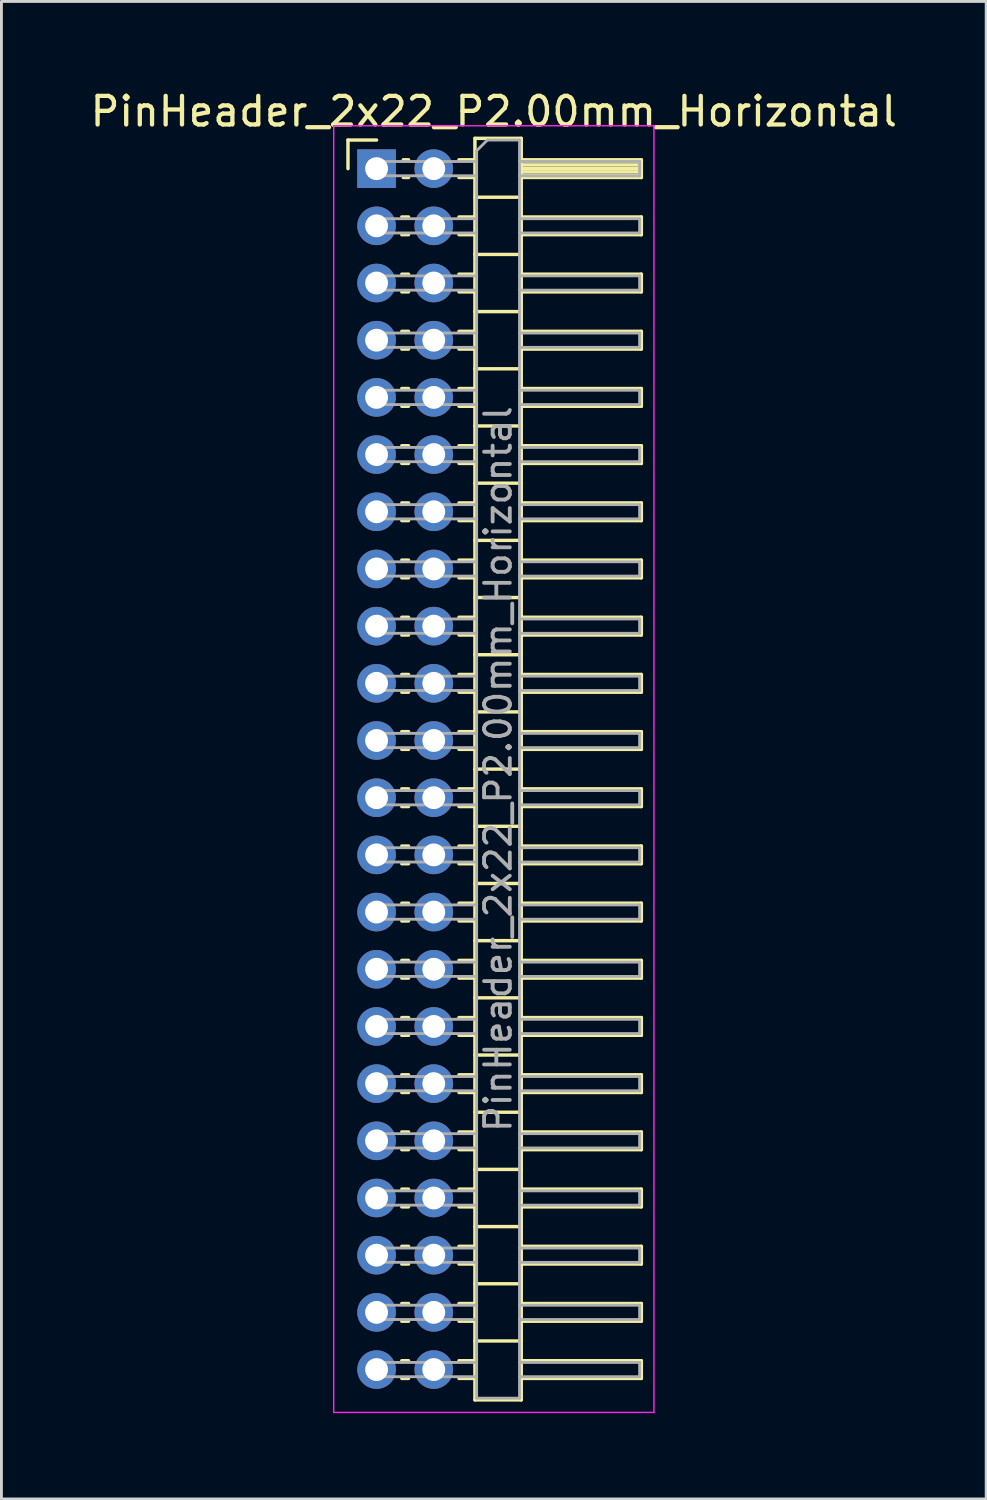
<source format=kicad_pcb>
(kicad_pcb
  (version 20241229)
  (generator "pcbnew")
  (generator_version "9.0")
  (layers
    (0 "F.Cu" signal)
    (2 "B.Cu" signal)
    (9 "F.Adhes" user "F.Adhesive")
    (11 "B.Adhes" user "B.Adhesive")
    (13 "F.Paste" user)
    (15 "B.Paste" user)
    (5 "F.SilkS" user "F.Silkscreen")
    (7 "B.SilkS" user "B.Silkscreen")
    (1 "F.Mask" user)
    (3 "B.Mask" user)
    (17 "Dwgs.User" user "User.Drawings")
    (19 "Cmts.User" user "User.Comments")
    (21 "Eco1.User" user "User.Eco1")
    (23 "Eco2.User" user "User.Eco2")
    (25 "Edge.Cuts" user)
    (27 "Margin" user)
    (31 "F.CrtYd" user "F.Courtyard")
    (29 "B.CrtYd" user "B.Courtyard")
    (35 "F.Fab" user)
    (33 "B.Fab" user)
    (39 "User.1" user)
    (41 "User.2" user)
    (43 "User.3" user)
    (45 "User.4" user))
  (footprint "PinHeader_2x22_P2.00mm_Horizontal"
    (layer "F.Cu")
    (at 10.12 2.848)
    (property "Reference" "PinHeader_2x22_P2.00mm_Horizontal" (at 4.1 -2 0) (layer "F.SilkS") (effects (font (size 1 1) (thickness 0.15))))
    (attr through_hole)
    (fp_line (start -1 -1) (end 0 -1) (stroke (width 0.12) (type solid)) (layer "F.SilkS"))
    (fp_line (start -1 0) (end -1 -1) (stroke (width 0.12) (type solid)) (layer "F.SilkS"))
    (fp_line (start 0.882 1.69) (end 1.118 1.69) (stroke (width 0.12) (type solid)) (layer "F.SilkS"))
    (fp_line (start 0.882 2.31) (end 1.118 2.31) (stroke (width 0.12) (type solid)) (layer "F.SilkS"))
    (fp_line (start 0.882 3.69) (end 1.118 3.69) (stroke (width 0.12) (type solid)) (layer "F.SilkS"))
    (fp_line (start 0.882 4.31) (end 1.118 4.31) (stroke (width 0.12) (type solid)) (layer "F.SilkS"))
    (fp_line (start 0.882 5.69) (end 1.118 5.69) (stroke (width 0.12) (type solid)) (layer "F.SilkS"))
    (fp_line (start 0.882 6.31) (end 1.118 6.31) (stroke (width 0.12) (type solid)) (layer "F.SilkS"))
    (fp_line (start 0.882 7.69) (end 1.118 7.69) (stroke (width 0.12) (type solid)) (layer "F.SilkS"))
    (fp_line (start 0.882 8.31) (end 1.118 8.31) (stroke (width 0.12) (type solid)) (layer "F.SilkS"))
    (fp_line (start 0.882 9.69) (end 1.118 9.69) (stroke (width 0.12) (type solid)) (layer "F.SilkS"))
    (fp_line (start 0.882 10.31) (end 1.118 10.31) (stroke (width 0.12) (type solid)) (layer "F.SilkS"))
    (fp_line (start 0.882 11.69) (end 1.118 11.69) (stroke (width 0.12) (type solid)) (layer "F.SilkS"))
    (fp_line (start 0.882 12.31) (end 1.118 12.31) (stroke (width 0.12) (type solid)) (layer "F.SilkS"))
    (fp_line (start 0.882 13.69) (end 1.118 13.69) (stroke (width 0.12) (type solid)) (layer "F.SilkS"))
    (fp_line (start 0.882 14.31) (end 1.118 14.31) (stroke (width 0.12) (type solid)) (layer "F.SilkS"))
    (fp_line (start 0.882 15.69) (end 1.118 15.69) (stroke (width 0.12) (type solid)) (layer "F.SilkS"))
    (fp_line (start 0.882 16.31) (end 1.118 16.31) (stroke (width 0.12) (type solid)) (layer "F.SilkS"))
    (fp_line (start 0.882 17.69) (end 1.118 17.69) (stroke (width 0.12) (type solid)) (layer "F.SilkS"))
    (fp_line (start 0.882 18.31) (end 1.118 18.31) (stroke (width 0.12) (type solid)) (layer "F.SilkS"))
    (fp_line (start 0.882 19.69) (end 1.118 19.69) (stroke (width 0.12) (type solid)) (layer "F.SilkS"))
    (fp_line (start 0.882 20.31) (end 1.118 20.31) (stroke (width 0.12) (type solid)) (layer "F.SilkS"))
    (fp_line (start 0.882 21.69) (end 1.118 21.69) (stroke (width 0.12) (type solid)) (layer "F.SilkS"))
    (fp_line (start 0.882 22.31) (end 1.118 22.31) (stroke (width 0.12) (type solid)) (layer "F.SilkS"))
    (fp_line (start 0.882 23.69) (end 1.118 23.69) (stroke (width 0.12) (type solid)) (layer "F.SilkS"))
    (fp_line (start 0.882 24.31) (end 1.118 24.31) (stroke (width 0.12) (type solid)) (layer "F.SilkS"))
    (fp_line (start 0.882 25.69) (end 1.118 25.69) (stroke (width 0.12) (type solid)) (layer "F.SilkS"))
    (fp_line (start 0.882 26.31) (end 1.118 26.31) (stroke (width 0.12) (type solid)) (layer "F.SilkS"))
    (fp_line (start 0.882 27.69) (end 1.118 27.69) (stroke (width 0.12) (type solid)) (layer "F.SilkS"))
    (fp_line (start 0.882 28.31) (end 1.118 28.31) (stroke (width 0.12) (type solid)) (layer "F.SilkS"))
    (fp_line (start 0.882 29.69) (end 1.118 29.69) (stroke (width 0.12) (type solid)) (layer "F.SilkS"))
    (fp_line (start 0.882 30.31) (end 1.118 30.31) (stroke (width 0.12) (type solid)) (layer "F.SilkS"))
    (fp_line (start 0.882 31.69) (end 1.118 31.69) (stroke (width 0.12) (type solid)) (layer "F.SilkS"))
    (fp_line (start 0.882 32.31) (end 1.118 32.31) (stroke (width 0.12) (type solid)) (layer "F.SilkS"))
    (fp_line (start 0.882 33.69) (end 1.118 33.69) (stroke (width 0.12) (type solid)) (layer "F.SilkS"))
    (fp_line (start 0.882 34.31) (end 1.118 34.31) (stroke (width 0.12) (type solid)) (layer "F.SilkS"))
    (fp_line (start 0.882 35.69) (end 1.118 35.69) (stroke (width 0.12) (type solid)) (layer "F.SilkS"))
    (fp_line (start 0.882 36.31) (end 1.118 36.31) (stroke (width 0.12) (type solid)) (layer "F.SilkS"))
    (fp_line (start 0.882 37.69) (end 1.118 37.69) (stroke (width 0.12) (type solid)) (layer "F.SilkS"))
    (fp_line (start 0.882 38.31) (end 1.118 38.31) (stroke (width 0.12) (type solid)) (layer "F.SilkS"))
    (fp_line (start 0.882 39.69) (end 1.118 39.69) (stroke (width 0.12) (type solid)) (layer "F.SilkS"))
    (fp_line (start 0.882 40.31) (end 1.118 40.31) (stroke (width 0.12) (type solid)) (layer "F.SilkS"))
    (fp_line (start 0.882 41.69) (end 1.118 41.69) (stroke (width 0.12) (type solid)) (layer "F.SilkS"))
    (fp_line (start 0.882 42.31) (end 1.118 42.31) (stroke (width 0.12) (type solid)) (layer "F.SilkS"))
    (fp_line (start 0.935 -0.31) (end 1.118 -0.31) (stroke (width 0.12) (type solid)) (layer "F.SilkS"))
    (fp_line (start 0.935 0.31) (end 1.118 0.31) (stroke (width 0.12) (type solid)) (layer "F.SilkS"))
    (fp_line (start 2.882 -0.31) (end 3.44 -0.31) (stroke (width 0.12) (type solid)) (layer "F.SilkS"))
    (fp_line (start 2.882 0.31) (end 3.44 0.31) (stroke (width 0.12) (type solid)) (layer "F.SilkS"))
    (fp_line (start 2.882 1.69) (end 3.44 1.69) (stroke (width 0.12) (type solid)) (layer "F.SilkS"))
    (fp_line (start 2.882 2.31) (end 3.44 2.31) (stroke (width 0.12) (type solid)) (layer "F.SilkS"))
    (fp_line (start 2.882 3.69) (end 3.44 3.69) (stroke (width 0.12) (type solid)) (layer "F.SilkS"))
    (fp_line (start 2.882 4.31) (end 3.44 4.31) (stroke (width 0.12) (type solid)) (layer "F.SilkS"))
    (fp_line (start 2.882 5.69) (end 3.44 5.69) (stroke (width 0.12) (type solid)) (layer "F.SilkS"))
    (fp_line (start 2.882 6.31) (end 3.44 6.31) (stroke (width 0.12) (type solid)) (layer "F.SilkS"))
    (fp_line (start 2.882 7.69) (end 3.44 7.69) (stroke (width 0.12) (type solid)) (layer "F.SilkS"))
    (fp_line (start 2.882 8.31) (end 3.44 8.31) (stroke (width 0.12) (type solid)) (layer "F.SilkS"))
    (fp_line (start 2.882 9.69) (end 3.44 9.69) (stroke (width 0.12) (type solid)) (layer "F.SilkS"))
    (fp_line (start 2.882 10.31) (end 3.44 10.31) (stroke (width 0.12) (type solid)) (layer "F.SilkS"))
    (fp_line (start 2.882 11.69) (end 3.44 11.69) (stroke (width 0.12) (type solid)) (layer "F.SilkS"))
    (fp_line (start 2.882 12.31) (end 3.44 12.31) (stroke (width 0.12) (type solid)) (layer "F.SilkS"))
    (fp_line (start 2.882 13.69) (end 3.44 13.69) (stroke (width 0.12) (type solid)) (layer "F.SilkS"))
    (fp_line (start 2.882 14.31) (end 3.44 14.31) (stroke (width 0.12) (type solid)) (layer "F.SilkS"))
    (fp_line (start 2.882 15.69) (end 3.44 15.69) (stroke (width 0.12) (type solid)) (layer "F.SilkS"))
    (fp_line (start 2.882 16.31) (end 3.44 16.31) (stroke (width 0.12) (type solid)) (layer "F.SilkS"))
    (fp_line (start 2.882 17.69) (end 3.44 17.69) (stroke (width 0.12) (type solid)) (layer "F.SilkS"))
    (fp_line (start 2.882 18.31) (end 3.44 18.31) (stroke (width 0.12) (type solid)) (layer "F.SilkS"))
    (fp_line (start 2.882 19.69) (end 3.44 19.69) (stroke (width 0.12) (type solid)) (layer "F.SilkS"))
    (fp_line (start 2.882 20.31) (end 3.44 20.31) (stroke (width 0.12) (type solid)) (layer "F.SilkS"))
    (fp_line (start 2.882 21.69) (end 3.44 21.69) (stroke (width 0.12) (type solid)) (layer "F.SilkS"))
    (fp_line (start 2.882 22.31) (end 3.44 22.31) (stroke (width 0.12) (type solid)) (layer "F.SilkS"))
    (fp_line (start 2.882 23.69) (end 3.44 23.69) (stroke (width 0.12) (type solid)) (layer "F.SilkS"))
    (fp_line (start 2.882 24.31) (end 3.44 24.31) (stroke (width 0.12) (type solid)) (layer "F.SilkS"))
    (fp_line (start 2.882 25.69) (end 3.44 25.69) (stroke (width 0.12) (type solid)) (layer "F.SilkS"))
    (fp_line (start 2.882 26.31) (end 3.44 26.31) (stroke (width 0.12) (type solid)) (layer "F.SilkS"))
    (fp_line (start 2.882 27.69) (end 3.44 27.69) (stroke (width 0.12) (type solid)) (layer "F.SilkS"))
    (fp_line (start 2.882 28.31) (end 3.44 28.31) (stroke (width 0.12) (type solid)) (layer "F.SilkS"))
    (fp_line (start 2.882 29.69) (end 3.44 29.69) (stroke (width 0.12) (type solid)) (layer "F.SilkS"))
    (fp_line (start 2.882 30.31) (end 3.44 30.31) (stroke (width 0.12) (type solid)) (layer "F.SilkS"))
    (fp_line (start 2.882 31.69) (end 3.44 31.69) (stroke (width 0.12) (type solid)) (layer "F.SilkS"))
    (fp_line (start 2.882 32.31) (end 3.44 32.31) (stroke (width 0.12) (type solid)) (layer "F.SilkS"))
    (fp_line (start 2.882 33.69) (end 3.44 33.69) (stroke (width 0.12) (type solid)) (layer "F.SilkS"))
    (fp_line (start 2.882 34.31) (end 3.44 34.31) (stroke (width 0.12) (type solid)) (layer "F.SilkS"))
    (fp_line (start 2.882 35.69) (end 3.44 35.69) (stroke (width 0.12) (type solid)) (layer "F.SilkS"))
    (fp_line (start 2.882 36.31) (end 3.44 36.31) (stroke (width 0.12) (type solid)) (layer "F.SilkS"))
    (fp_line (start 2.882 37.69) (end 3.44 37.69) (stroke (width 0.12) (type solid)) (layer "F.SilkS"))
    (fp_line (start 2.882 38.31) (end 3.44 38.31) (stroke (width 0.12) (type solid)) (layer "F.SilkS"))
    (fp_line (start 2.882 39.69) (end 3.44 39.69) (stroke (width 0.12) (type solid)) (layer "F.SilkS"))
    (fp_line (start 2.882 40.31) (end 3.44 40.31) (stroke (width 0.12) (type solid)) (layer "F.SilkS"))
    (fp_line (start 2.882 41.69) (end 3.44 41.69) (stroke (width 0.12) (type solid)) (layer "F.SilkS"))
    (fp_line (start 2.882 42.31) (end 3.44 42.31) (stroke (width 0.12) (type solid)) (layer "F.SilkS"))
    (fp_line (start 3.44 -1.06) (end 3.44 43.06) (stroke (width 0.12) (type solid)) (layer "F.SilkS"))
    (fp_line (start 3.44 1) (end 5.06 1) (stroke (width 0.12) (type solid)) (layer "F.SilkS"))
    (fp_line (start 3.44 3) (end 5.06 3) (stroke (width 0.12) (type solid)) (layer "F.SilkS"))
    (fp_line (start 3.44 5) (end 5.06 5) (stroke (width 0.12) (type solid)) (layer "F.SilkS"))
    (fp_line (start 3.44 7) (end 5.06 7) (stroke (width 0.12) (type solid)) (layer "F.SilkS"))
    (fp_line (start 3.44 9) (end 5.06 9) (stroke (width 0.12) (type solid)) (layer "F.SilkS"))
    (fp_line (start 3.44 11) (end 5.06 11) (stroke (width 0.12) (type solid)) (layer "F.SilkS"))
    (fp_line (start 3.44 13) (end 5.06 13) (stroke (width 0.12) (type solid)) (layer "F.SilkS"))
    (fp_line (start 3.44 15) (end 5.06 15) (stroke (width 0.12) (type solid)) (layer "F.SilkS"))
    (fp_line (start 3.44 17) (end 5.06 17) (stroke (width 0.12) (type solid)) (layer "F.SilkS"))
    (fp_line (start 3.44 19) (end 5.06 19) (stroke (width 0.12) (type solid)) (layer "F.SilkS"))
    (fp_line (start 3.44 21) (end 5.06 21) (stroke (width 0.12) (type solid)) (layer "F.SilkS"))
    (fp_line (start 3.44 23) (end 5.06 23) (stroke (width 0.12) (type solid)) (layer "F.SilkS"))
    (fp_line (start 3.44 25) (end 5.06 25) (stroke (width 0.12) (type solid)) (layer "F.SilkS"))
    (fp_line (start 3.44 27) (end 5.06 27) (stroke (width 0.12) (type solid)) (layer "F.SilkS"))
    (fp_line (start 3.44 29) (end 5.06 29) (stroke (width 0.12) (type solid)) (layer "F.SilkS"))
    (fp_line (start 3.44 31) (end 5.06 31) (stroke (width 0.12) (type solid)) (layer "F.SilkS"))
    (fp_line (start 3.44 33) (end 5.06 33) (stroke (width 0.12) (type solid)) (layer "F.SilkS"))
    (fp_line (start 3.44 35) (end 5.06 35) (stroke (width 0.12) (type solid)) (layer "F.SilkS"))
    (fp_line (start 3.44 37) (end 5.06 37) (stroke (width 0.12) (type solid)) (layer "F.SilkS"))
    (fp_line (start 3.44 39) (end 5.06 39) (stroke (width 0.12) (type solid)) (layer "F.SilkS"))
    (fp_line (start 3.44 41) (end 5.06 41) (stroke (width 0.12) (type solid)) (layer "F.SilkS"))
    (fp_line (start 3.44 43.06) (end 5.06 43.06) (stroke (width 0.12) (type solid)) (layer "F.SilkS"))
    (fp_line (start 5.06 -1.06) (end 3.44 -1.06) (stroke (width 0.12) (type solid)) (layer "F.SilkS"))
    (fp_line (start 5.06 -0.31) (end 9.26 -0.31) (stroke (width 0.12) (type solid)) (layer "F.SilkS"))
    (fp_line (start 5.06 -0.25) (end 9.26 -0.25) (stroke (width 0.12) (type solid)) (layer "F.SilkS"))
    (fp_line (start 5.06 -0.13) (end 9.26 -0.13) (stroke (width 0.12) (type solid)) (layer "F.SilkS"))
    (fp_line (start 5.06 -0.01) (end 9.26 -0.01) (stroke (width 0.12) (type solid)) (layer "F.SilkS"))
    (fp_line (start 5.06 0.11) (end 9.26 0.11) (stroke (width 0.12) (type solid)) (layer "F.SilkS"))
    (fp_line (start 5.06 0.23) (end 9.26 0.23) (stroke (width 0.12) (type solid)) (layer "F.SilkS"))
    (fp_line (start 5.06 1.69) (end 9.26 1.69) (stroke (width 0.12) (type solid)) (layer "F.SilkS"))
    (fp_line (start 5.06 3.69) (end 9.26 3.69) (stroke (width 0.12) (type solid)) (layer "F.SilkS"))
    (fp_line (start 5.06 5.69) (end 9.26 5.69) (stroke (width 0.12) (type solid)) (layer "F.SilkS"))
    (fp_line (start 5.06 7.69) (end 9.26 7.69) (stroke (width 0.12) (type solid)) (layer "F.SilkS"))
    (fp_line (start 5.06 9.69) (end 9.26 9.69) (stroke (width 0.12) (type solid)) (layer "F.SilkS"))
    (fp_line (start 5.06 11.69) (end 9.26 11.69) (stroke (width 0.12) (type solid)) (layer "F.SilkS"))
    (fp_line (start 5.06 13.69) (end 9.26 13.69) (stroke (width 0.12) (type solid)) (layer "F.SilkS"))
    (fp_line (start 5.06 15.69) (end 9.26 15.69) (stroke (width 0.12) (type solid)) (layer "F.SilkS"))
    (fp_line (start 5.06 17.69) (end 9.26 17.69) (stroke (width 0.12) (type solid)) (layer "F.SilkS"))
    (fp_line (start 5.06 19.69) (end 9.26 19.69) (stroke (width 0.12) (type solid)) (layer "F.SilkS"))
    (fp_line (start 5.06 21.69) (end 9.26 21.69) (stroke (width 0.12) (type solid)) (layer "F.SilkS"))
    (fp_line (start 5.06 23.69) (end 9.26 23.69) (stroke (width 0.12) (type solid)) (layer "F.SilkS"))
    (fp_line (start 5.06 25.69) (end 9.26 25.69) (stroke (width 0.12) (type solid)) (layer "F.SilkS"))
    (fp_line (start 5.06 27.69) (end 9.26 27.69) (stroke (width 0.12) (type solid)) (layer "F.SilkS"))
    (fp_line (start 5.06 29.69) (end 9.26 29.69) (stroke (width 0.12) (type solid)) (layer "F.SilkS"))
    (fp_line (start 5.06 31.69) (end 9.26 31.69) (stroke (width 0.12) (type solid)) (layer "F.SilkS"))
    (fp_line (start 5.06 33.69) (end 9.26 33.69) (stroke (width 0.12) (type solid)) (layer "F.SilkS"))
    (fp_line (start 5.06 35.69) (end 9.26 35.69) (stroke (width 0.12) (type solid)) (layer "F.SilkS"))
    (fp_line (start 5.06 37.69) (end 9.26 37.69) (stroke (width 0.12) (type solid)) (layer "F.SilkS"))
    (fp_line (start 5.06 39.69) (end 9.26 39.69) (stroke (width 0.12) (type solid)) (layer "F.SilkS"))
    (fp_line (start 5.06 41.69) (end 9.26 41.69) (stroke (width 0.12) (type solid)) (layer "F.SilkS"))
    (fp_line (start 5.06 43.06) (end 5.06 -1.06) (stroke (width 0.12) (type solid)) (layer "F.SilkS"))
    (fp_line (start 9.26 -0.31) (end 9.26 0.31) (stroke (width 0.12) (type solid)) (layer "F.SilkS"))
    (fp_line (start 9.26 0.31) (end 5.06 0.31) (stroke (width 0.12) (type solid)) (layer "F.SilkS"))
    (fp_line (start 9.26 1.69) (end 9.26 2.31) (stroke (width 0.12) (type solid)) (layer "F.SilkS"))
    (fp_line (start 9.26 2.31) (end 5.06 2.31) (stroke (width 0.12) (type solid)) (layer "F.SilkS"))
    (fp_line (start 9.26 3.69) (end 9.26 4.31) (stroke (width 0.12) (type solid)) (layer "F.SilkS"))
    (fp_line (start 9.26 4.31) (end 5.06 4.31) (stroke (width 0.12) (type solid)) (layer "F.SilkS"))
    (fp_line (start 9.26 5.69) (end 9.26 6.31) (stroke (width 0.12) (type solid)) (layer "F.SilkS"))
    (fp_line (start 9.26 6.31) (end 5.06 6.31) (stroke (width 0.12) (type solid)) (layer "F.SilkS"))
    (fp_line (start 9.26 7.69) (end 9.26 8.31) (stroke (width 0.12) (type solid)) (layer "F.SilkS"))
    (fp_line (start 9.26 8.31) (end 5.06 8.31) (stroke (width 0.12) (type solid)) (layer "F.SilkS"))
    (fp_line (start 9.26 9.69) (end 9.26 10.31) (stroke (width 0.12) (type solid)) (layer "F.SilkS"))
    (fp_line (start 9.26 10.31) (end 5.06 10.31) (stroke (width 0.12) (type solid)) (layer "F.SilkS"))
    (fp_line (start 9.26 11.69) (end 9.26 12.31) (stroke (width 0.12) (type solid)) (layer "F.SilkS"))
    (fp_line (start 9.26 12.31) (end 5.06 12.31) (stroke (width 0.12) (type solid)) (layer "F.SilkS"))
    (fp_line (start 9.26 13.69) (end 9.26 14.31) (stroke (width 0.12) (type solid)) (layer "F.SilkS"))
    (fp_line (start 9.26 14.31) (end 5.06 14.31) (stroke (width 0.12) (type solid)) (layer "F.SilkS"))
    (fp_line (start 9.26 15.69) (end 9.26 16.31) (stroke (width 0.12) (type solid)) (layer "F.SilkS"))
    (fp_line (start 9.26 16.31) (end 5.06 16.31) (stroke (width 0.12) (type solid)) (layer "F.SilkS"))
    (fp_line (start 9.26 17.69) (end 9.26 18.31) (stroke (width 0.12) (type solid)) (layer "F.SilkS"))
    (fp_line (start 9.26 18.31) (end 5.06 18.31) (stroke (width 0.12) (type solid)) (layer "F.SilkS"))
    (fp_line (start 9.26 19.69) (end 9.26 20.31) (stroke (width 0.12) (type solid)) (layer "F.SilkS"))
    (fp_line (start 9.26 20.31) (end 5.06 20.31) (stroke (width 0.12) (type solid)) (layer "F.SilkS"))
    (fp_line (start 9.26 21.69) (end 9.26 22.31) (stroke (width 0.12) (type solid)) (layer "F.SilkS"))
    (fp_line (start 9.26 22.31) (end 5.06 22.31) (stroke (width 0.12) (type solid)) (layer "F.SilkS"))
    (fp_line (start 9.26 23.69) (end 9.26 24.31) (stroke (width 0.12) (type solid)) (layer "F.SilkS"))
    (fp_line (start 9.26 24.31) (end 5.06 24.31) (stroke (width 0.12) (type solid)) (layer "F.SilkS"))
    (fp_line (start 9.26 25.69) (end 9.26 26.31) (stroke (width 0.12) (type solid)) (layer "F.SilkS"))
    (fp_line (start 9.26 26.31) (end 5.06 26.31) (stroke (width 0.12) (type solid)) (layer "F.SilkS"))
    (fp_line (start 9.26 27.69) (end 9.26 28.31) (stroke (width 0.12) (type solid)) (layer "F.SilkS"))
    (fp_line (start 9.26 28.31) (end 5.06 28.31) (stroke (width 0.12) (type solid)) (layer "F.SilkS"))
    (fp_line (start 9.26 29.69) (end 9.26 30.31) (stroke (width 0.12) (type solid)) (layer "F.SilkS"))
    (fp_line (start 9.26 30.31) (end 5.06 30.31) (stroke (width 0.12) (type solid)) (layer "F.SilkS"))
    (fp_line (start 9.26 31.69) (end 9.26 32.31) (stroke (width 0.12) (type solid)) (layer "F.SilkS"))
    (fp_line (start 9.26 32.31) (end 5.06 32.31) (stroke (width 0.12) (type solid)) (layer "F.SilkS"))
    (fp_line (start 9.26 33.69) (end 9.26 34.31) (stroke (width 0.12) (type solid)) (layer "F.SilkS"))
    (fp_line (start 9.26 34.31) (end 5.06 34.31) (stroke (width 0.12) (type solid)) (layer "F.SilkS"))
    (fp_line (start 9.26 35.69) (end 9.26 36.31) (stroke (width 0.12) (type solid)) (layer "F.SilkS"))
    (fp_line (start 9.26 36.31) (end 5.06 36.31) (stroke (width 0.12) (type solid)) (layer "F.SilkS"))
    (fp_line (start 9.26 37.69) (end 9.26 38.31) (stroke (width 0.12) (type solid)) (layer "F.SilkS"))
    (fp_line (start 9.26 38.31) (end 5.06 38.31) (stroke (width 0.12) (type solid)) (layer "F.SilkS"))
    (fp_line (start 9.26 39.69) (end 9.26 40.31) (stroke (width 0.12) (type solid)) (layer "F.SilkS"))
    (fp_line (start 9.26 40.31) (end 5.06 40.31) (stroke (width 0.12) (type solid)) (layer "F.SilkS"))
    (fp_line (start 9.26 41.69) (end 9.26 42.31) (stroke (width 0.12) (type solid)) (layer "F.SilkS"))
    (fp_line (start 9.26 42.31) (end 5.06 42.31) (stroke (width 0.12) (type solid)) (layer "F.SilkS"))
    (fp_line (start -1.5 -1.5) (end -1.5 43.5) (stroke (width 0.05) (type solid)) (layer "F.CrtYd"))
    (fp_line (start -1.5 43.5) (end 9.7 43.5) (stroke (width 0.05) (type solid)) (layer "F.CrtYd"))
    (fp_line (start 9.7 -1.5) (end -1.5 -1.5) (stroke (width 0.05) (type solid)) (layer "F.CrtYd"))
    (fp_line (start 9.7 43.5) (end 9.7 -1.5) (stroke (width 0.05) (type solid)) (layer "F.CrtYd"))
    (fp_line (start -0.25 -0.25) (end -0.25 0.25) (stroke (width 0.1) (type solid)) (layer "F.Fab"))
    (fp_line (start -0.25 -0.25) (end 3.5 -0.25) (stroke (width 0.1) (type solid)) (layer "F.Fab"))
    (fp_line (start -0.25 0.25) (end 3.5 0.25) (stroke (width 0.1) (type solid)) (layer "F.Fab"))
    (fp_line (start -0.25 1.75) (end -0.25 2.25) (stroke (width 0.1) (type solid)) (layer "F.Fab"))
    (fp_line (start -0.25 1.75) (end 3.5 1.75) (stroke (width 0.1) (type solid)) (layer "F.Fab"))
    (fp_line (start -0.25 2.25) (end 3.5 2.25) (stroke (width 0.1) (type solid)) (layer "F.Fab"))
    (fp_line (start -0.25 3.75) (end -0.25 4.25) (stroke (width 0.1) (type solid)) (layer "F.Fab"))
    (fp_line (start -0.25 3.75) (end 3.5 3.75) (stroke (width 0.1) (type solid)) (layer "F.Fab"))
    (fp_line (start -0.25 4.25) (end 3.5 4.25) (stroke (width 0.1) (type solid)) (layer "F.Fab"))
    (fp_line (start -0.25 5.75) (end -0.25 6.25) (stroke (width 0.1) (type solid)) (layer "F.Fab"))
    (fp_line (start -0.25 5.75) (end 3.5 5.75) (stroke (width 0.1) (type solid)) (layer "F.Fab"))
    (fp_line (start -0.25 6.25) (end 3.5 6.25) (stroke (width 0.1) (type solid)) (layer "F.Fab"))
    (fp_line (start -0.25 7.75) (end -0.25 8.25) (stroke (width 0.1) (type solid)) (layer "F.Fab"))
    (fp_line (start -0.25 7.75) (end 3.5 7.75) (stroke (width 0.1) (type solid)) (layer "F.Fab"))
    (fp_line (start -0.25 8.25) (end 3.5 8.25) (stroke (width 0.1) (type solid)) (layer "F.Fab"))
    (fp_line (start -0.25 9.75) (end -0.25 10.25) (stroke (width 0.1) (type solid)) (layer "F.Fab"))
    (fp_line (start -0.25 9.75) (end 3.5 9.75) (stroke (width 0.1) (type solid)) (layer "F.Fab"))
    (fp_line (start -0.25 10.25) (end 3.5 10.25) (stroke (width 0.1) (type solid)) (layer "F.Fab"))
    (fp_line (start -0.25 11.75) (end -0.25 12.25) (stroke (width 0.1) (type solid)) (layer "F.Fab"))
    (fp_line (start -0.25 11.75) (end 3.5 11.75) (stroke (width 0.1) (type solid)) (layer "F.Fab"))
    (fp_line (start -0.25 12.25) (end 3.5 12.25) (stroke (width 0.1) (type solid)) (layer "F.Fab"))
    (fp_line (start -0.25 13.75) (end -0.25 14.25) (stroke (width 0.1) (type solid)) (layer "F.Fab"))
    (fp_line (start -0.25 13.75) (end 3.5 13.75) (stroke (width 0.1) (type solid)) (layer "F.Fab"))
    (fp_line (start -0.25 14.25) (end 3.5 14.25) (stroke (width 0.1) (type solid)) (layer "F.Fab"))
    (fp_line (start -0.25 15.75) (end -0.25 16.25) (stroke (width 0.1) (type solid)) (layer "F.Fab"))
    (fp_line (start -0.25 15.75) (end 3.5 15.75) (stroke (width 0.1) (type solid)) (layer "F.Fab"))
    (fp_line (start -0.25 16.25) (end 3.5 16.25) (stroke (width 0.1) (type solid)) (layer "F.Fab"))
    (fp_line (start -0.25 17.75) (end -0.25 18.25) (stroke (width 0.1) (type solid)) (layer "F.Fab"))
    (fp_line (start -0.25 17.75) (end 3.5 17.75) (stroke (width 0.1) (type solid)) (layer "F.Fab"))
    (fp_line (start -0.25 18.25) (end 3.5 18.25) (stroke (width 0.1) (type solid)) (layer "F.Fab"))
    (fp_line (start -0.25 19.75) (end -0.25 20.25) (stroke (width 0.1) (type solid)) (layer "F.Fab"))
    (fp_line (start -0.25 19.75) (end 3.5 19.75) (stroke (width 0.1) (type solid)) (layer "F.Fab"))
    (fp_line (start -0.25 20.25) (end 3.5 20.25) (stroke (width 0.1) (type solid)) (layer "F.Fab"))
    (fp_line (start -0.25 21.75) (end -0.25 22.25) (stroke (width 0.1) (type solid)) (layer "F.Fab"))
    (fp_line (start -0.25 21.75) (end 3.5 21.75) (stroke (width 0.1) (type solid)) (layer "F.Fab"))
    (fp_line (start -0.25 22.25) (end 3.5 22.25) (stroke (width 0.1) (type solid)) (layer "F.Fab"))
    (fp_line (start -0.25 23.75) (end -0.25 24.25) (stroke (width 0.1) (type solid)) (layer "F.Fab"))
    (fp_line (start -0.25 23.75) (end 3.5 23.75) (stroke (width 0.1) (type solid)) (layer "F.Fab"))
    (fp_line (start -0.25 24.25) (end 3.5 24.25) (stroke (width 0.1) (type solid)) (layer "F.Fab"))
    (fp_line (start -0.25 25.75) (end -0.25 26.25) (stroke (width 0.1) (type solid)) (layer "F.Fab"))
    (fp_line (start -0.25 25.75) (end 3.5 25.75) (stroke (width 0.1) (type solid)) (layer "F.Fab"))
    (fp_line (start -0.25 26.25) (end 3.5 26.25) (stroke (width 0.1) (type solid)) (layer "F.Fab"))
    (fp_line (start -0.25 27.75) (end -0.25 28.25) (stroke (width 0.1) (type solid)) (layer "F.Fab"))
    (fp_line (start -0.25 27.75) (end 3.5 27.75) (stroke (width 0.1) (type solid)) (layer "F.Fab"))
    (fp_line (start -0.25 28.25) (end 3.5 28.25) (stroke (width 0.1) (type solid)) (layer "F.Fab"))
    (fp_line (start -0.25 29.75) (end -0.25 30.25) (stroke (width 0.1) (type solid)) (layer "F.Fab"))
    (fp_line (start -0.25 29.75) (end 3.5 29.75) (stroke (width 0.1) (type solid)) (layer "F.Fab"))
    (fp_line (start -0.25 30.25) (end 3.5 30.25) (stroke (width 0.1) (type solid)) (layer "F.Fab"))
    (fp_line (start -0.25 31.75) (end -0.25 32.25) (stroke (width 0.1) (type solid)) (layer "F.Fab"))
    (fp_line (start -0.25 31.75) (end 3.5 31.75) (stroke (width 0.1) (type solid)) (layer "F.Fab"))
    (fp_line (start -0.25 32.25) (end 3.5 32.25) (stroke (width 0.1) (type solid)) (layer "F.Fab"))
    (fp_line (start -0.25 33.75) (end -0.25 34.25) (stroke (width 0.1) (type solid)) (layer "F.Fab"))
    (fp_line (start -0.25 33.75) (end 3.5 33.75) (stroke (width 0.1) (type solid)) (layer "F.Fab"))
    (fp_line (start -0.25 34.25) (end 3.5 34.25) (stroke (width 0.1) (type solid)) (layer "F.Fab"))
    (fp_line (start -0.25 35.75) (end -0.25 36.25) (stroke (width 0.1) (type solid)) (layer "F.Fab"))
    (fp_line (start -0.25 35.75) (end 3.5 35.75) (stroke (width 0.1) (type solid)) (layer "F.Fab"))
    (fp_line (start -0.25 36.25) (end 3.5 36.25) (stroke (width 0.1) (type solid)) (layer "F.Fab"))
    (fp_line (start -0.25 37.75) (end -0.25 38.25) (stroke (width 0.1) (type solid)) (layer "F.Fab"))
    (fp_line (start -0.25 37.75) (end 3.5 37.75) (stroke (width 0.1) (type solid)) (layer "F.Fab"))
    (fp_line (start -0.25 38.25) (end 3.5 38.25) (stroke (width 0.1) (type solid)) (layer "F.Fab"))
    (fp_line (start -0.25 39.75) (end -0.25 40.25) (stroke (width 0.1) (type solid)) (layer "F.Fab"))
    (fp_line (start -0.25 39.75) (end 3.5 39.75) (stroke (width 0.1) (type solid)) (layer "F.Fab"))
    (fp_line (start -0.25 40.25) (end 3.5 40.25) (stroke (width 0.1) (type solid)) (layer "F.Fab"))
    (fp_line (start -0.25 41.75) (end -0.25 42.25) (stroke (width 0.1) (type solid)) (layer "F.Fab"))
    (fp_line (start -0.25 41.75) (end 3.5 41.75) (stroke (width 0.1) (type solid)) (layer "F.Fab"))
    (fp_line (start -0.25 42.25) (end 3.5 42.25) (stroke (width 0.1) (type solid)) (layer "F.Fab"))
    (fp_line (start 3.5 -0.625) (end 3.875 -1) (stroke (width 0.1) (type solid)) (layer "F.Fab"))
    (fp_line (start 3.5 43) (end 3.5 -0.625) (stroke (width 0.1) (type solid)) (layer "F.Fab"))
    (fp_line (start 3.875 -1) (end 5 -1) (stroke (width 0.1) (type solid)) (layer "F.Fab"))
    (fp_line (start 5 -1) (end 5 43) (stroke (width 0.1) (type solid)) (layer "F.Fab"))
    (fp_line (start 5 -0.25) (end 9.2 -0.25) (stroke (width 0.1) (type solid)) (layer "F.Fab"))
    (fp_line (start 5 0.25) (end 9.2 0.25) (stroke (width 0.1) (type solid)) (layer "F.Fab"))
    (fp_line (start 5 1.75) (end 9.2 1.75) (stroke (width 0.1) (type solid)) (layer "F.Fab"))
    (fp_line (start 5 2.25) (end 9.2 2.25) (stroke (width 0.1) (type solid)) (layer "F.Fab"))
    (fp_line (start 5 3.75) (end 9.2 3.75) (stroke (width 0.1) (type solid)) (layer "F.Fab"))
    (fp_line (start 5 4.25) (end 9.2 4.25) (stroke (width 0.1) (type solid)) (layer "F.Fab"))
    (fp_line (start 5 5.75) (end 9.2 5.75) (stroke (width 0.1) (type solid)) (layer "F.Fab"))
    (fp_line (start 5 6.25) (end 9.2 6.25) (stroke (width 0.1) (type solid)) (layer "F.Fab"))
    (fp_line (start 5 7.75) (end 9.2 7.75) (stroke (width 0.1) (type solid)) (layer "F.Fab"))
    (fp_line (start 5 8.25) (end 9.2 8.25) (stroke (width 0.1) (type solid)) (layer "F.Fab"))
    (fp_line (start 5 9.75) (end 9.2 9.75) (stroke (width 0.1) (type solid)) (layer "F.Fab"))
    (fp_line (start 5 10.25) (end 9.2 10.25) (stroke (width 0.1) (type solid)) (layer "F.Fab"))
    (fp_line (start 5 11.75) (end 9.2 11.75) (stroke (width 0.1) (type solid)) (layer "F.Fab"))
    (fp_line (start 5 12.25) (end 9.2 12.25) (stroke (width 0.1) (type solid)) (layer "F.Fab"))
    (fp_line (start 5 13.75) (end 9.2 13.75) (stroke (width 0.1) (type solid)) (layer "F.Fab"))
    (fp_line (start 5 14.25) (end 9.2 14.25) (stroke (width 0.1) (type solid)) (layer "F.Fab"))
    (fp_line (start 5 15.75) (end 9.2 15.75) (stroke (width 0.1) (type solid)) (layer "F.Fab"))
    (fp_line (start 5 16.25) (end 9.2 16.25) (stroke (width 0.1) (type solid)) (layer "F.Fab"))
    (fp_line (start 5 17.75) (end 9.2 17.75) (stroke (width 0.1) (type solid)) (layer "F.Fab"))
    (fp_line (start 5 18.25) (end 9.2 18.25) (stroke (width 0.1) (type solid)) (layer "F.Fab"))
    (fp_line (start 5 19.75) (end 9.2 19.75) (stroke (width 0.1) (type solid)) (layer "F.Fab"))
    (fp_line (start 5 20.25) (end 9.2 20.25) (stroke (width 0.1) (type solid)) (layer "F.Fab"))
    (fp_line (start 5 21.75) (end 9.2 21.75) (stroke (width 0.1) (type solid)) (layer "F.Fab"))
    (fp_line (start 5 22.25) (end 9.2 22.25) (stroke (width 0.1) (type solid)) (layer "F.Fab"))
    (fp_line (start 5 23.75) (end 9.2 23.75) (stroke (width 0.1) (type solid)) (layer "F.Fab"))
    (fp_line (start 5 24.25) (end 9.2 24.25) (stroke (width 0.1) (type solid)) (layer "F.Fab"))
    (fp_line (start 5 25.75) (end 9.2 25.75) (stroke (width 0.1) (type solid)) (layer "F.Fab"))
    (fp_line (start 5 26.25) (end 9.2 26.25) (stroke (width 0.1) (type solid)) (layer "F.Fab"))
    (fp_line (start 5 27.75) (end 9.2 27.75) (stroke (width 0.1) (type solid)) (layer "F.Fab"))
    (fp_line (start 5 28.25) (end 9.2 28.25) (stroke (width 0.1) (type solid)) (layer "F.Fab"))
    (fp_line (start 5 29.75) (end 9.2 29.75) (stroke (width 0.1) (type solid)) (layer "F.Fab"))
    (fp_line (start 5 30.25) (end 9.2 30.25) (stroke (width 0.1) (type solid)) (layer "F.Fab"))
    (fp_line (start 5 31.75) (end 9.2 31.75) (stroke (width 0.1) (type solid)) (layer "F.Fab"))
    (fp_line (start 5 32.25) (end 9.2 32.25) (stroke (width 0.1) (type solid)) (layer "F.Fab"))
    (fp_line (start 5 33.75) (end 9.2 33.75) (stroke (width 0.1) (type solid)) (layer "F.Fab"))
    (fp_line (start 5 34.25) (end 9.2 34.25) (stroke (width 0.1) (type solid)) (layer "F.Fab"))
    (fp_line (start 5 35.75) (end 9.2 35.75) (stroke (width 0.1) (type solid)) (layer "F.Fab"))
    (fp_line (start 5 36.25) (end 9.2 36.25) (stroke (width 0.1) (type solid)) (layer "F.Fab"))
    (fp_line (start 5 37.75) (end 9.2 37.75) (stroke (width 0.1) (type solid)) (layer "F.Fab"))
    (fp_line (start 5 38.25) (end 9.2 38.25) (stroke (width 0.1) (type solid)) (layer "F.Fab"))
    (fp_line (start 5 39.75) (end 9.2 39.75) (stroke (width 0.1) (type solid)) (layer "F.Fab"))
    (fp_line (start 5 40.25) (end 9.2 40.25) (stroke (width 0.1) (type solid)) (layer "F.Fab"))
    (fp_line (start 5 41.75) (end 9.2 41.75) (stroke (width 0.1) (type solid)) (layer "F.Fab"))
    (fp_line (start 5 42.25) (end 9.2 42.25) (stroke (width 0.1) (type solid)) (layer "F.Fab"))
    (fp_line (start 5 43) (end 3.5 43) (stroke (width 0.1) (type solid)) (layer "F.Fab"))
    (fp_line (start 9.2 -0.25) (end 9.2 0.25) (stroke (width 0.1) (type solid)) (layer "F.Fab"))
    (fp_line (start 9.2 1.75) (end 9.2 2.25) (stroke (width 0.1) (type solid)) (layer "F.Fab"))
    (fp_line (start 9.2 3.75) (end 9.2 4.25) (stroke (width 0.1) (type solid)) (layer "F.Fab"))
    (fp_line (start 9.2 5.75) (end 9.2 6.25) (stroke (width 0.1) (type solid)) (layer "F.Fab"))
    (fp_line (start 9.2 7.75) (end 9.2 8.25) (stroke (width 0.1) (type solid)) (layer "F.Fab"))
    (fp_line (start 9.2 9.75) (end 9.2 10.25) (stroke (width 0.1) (type solid)) (layer "F.Fab"))
    (fp_line (start 9.2 11.75) (end 9.2 12.25) (stroke (width 0.1) (type solid)) (layer "F.Fab"))
    (fp_line (start 9.2 13.75) (end 9.2 14.25) (stroke (width 0.1) (type solid)) (layer "F.Fab"))
    (fp_line (start 9.2 15.75) (end 9.2 16.25) (stroke (width 0.1) (type solid)) (layer "F.Fab"))
    (fp_line (start 9.2 17.75) (end 9.2 18.25) (stroke (width 0.1) (type solid)) (layer "F.Fab"))
    (fp_line (start 9.2 19.75) (end 9.2 20.25) (stroke (width 0.1) (type solid)) (layer "F.Fab"))
    (fp_line (start 9.2 21.75) (end 9.2 22.25) (stroke (width 0.1) (type solid)) (layer "F.Fab"))
    (fp_line (start 9.2 23.75) (end 9.2 24.25) (stroke (width 0.1) (type solid)) (layer "F.Fab"))
    (fp_line (start 9.2 25.75) (end 9.2 26.25) (stroke (width 0.1) (type solid)) (layer "F.Fab"))
    (fp_line (start 9.2 27.75) (end 9.2 28.25) (stroke (width 0.1) (type solid)) (layer "F.Fab"))
    (fp_line (start 9.2 29.75) (end 9.2 30.25) (stroke (width 0.1) (type solid)) (layer "F.Fab"))
    (fp_line (start 9.2 31.75) (end 9.2 32.25) (stroke (width 0.1) (type solid)) (layer "F.Fab"))
    (fp_line (start 9.2 33.75) (end 9.2 34.25) (stroke (width 0.1) (type solid)) (layer "F.Fab"))
    (fp_line (start 9.2 35.75) (end 9.2 36.25) (stroke (width 0.1) (type solid)) (layer "F.Fab"))
    (fp_line (start 9.2 37.75) (end 9.2 38.25) (stroke (width 0.1) (type solid)) (layer "F.Fab"))
    (fp_line (start 9.2 39.75) (end 9.2 40.25) (stroke (width 0.1) (type solid)) (layer "F.Fab"))
    (fp_line (start 9.2 41.75) (end 9.2 42.25) (stroke (width 0.1) (type solid)) (layer "F.Fab"))
    (fp_text user "${REFERENCE}" (at 4.25 21 90) (layer "F.Fab") (effects (font (size 0.9 0.9) (thickness 0.135))))
    (pad "1" thru_hole rect (at 0 0) (size 1.35 1.35) (drill 0.8) (layers "*.Cu" "*.Mask"))
    (pad "2" thru_hole oval (at 2 0) (size 1.35 1.35) (drill 0.8) (layers "*.Cu" "*.Mask"))
    (pad "3" thru_hole oval (at 0 2) (size 1.35 1.35) (drill 0.8) (layers "*.Cu" "*.Mask"))
    (pad "4" thru_hole oval (at 2 2) (size 1.35 1.35) (drill 0.8) (layers "*.Cu" "*.Mask"))
    (pad "5" thru_hole oval (at 0 4) (size 1.35 1.35) (drill 0.8) (layers "*.Cu" "*.Mask"))
    (pad "6" thru_hole oval (at 2 4) (size 1.35 1.35) (drill 0.8) (layers "*.Cu" "*.Mask"))
    (pad "7" thru_hole oval (at 0 6) (size 1.35 1.35) (drill 0.8) (layers "*.Cu" "*.Mask"))
    (pad "8" thru_hole oval (at 2 6) (size 1.35 1.35) (drill 0.8) (layers "*.Cu" "*.Mask"))
    (pad "9" thru_hole oval (at 0 8) (size 1.35 1.35) (drill 0.8) (layers "*.Cu" "*.Mask"))
    (pad "10" thru_hole oval (at 2 8) (size 1.35 1.35) (drill 0.8) (layers "*.Cu" "*.Mask"))
    (pad "11" thru_hole oval (at 0 10) (size 1.35 1.35) (drill 0.8) (layers "*.Cu" "*.Mask"))
    (pad "12" thru_hole oval (at 2 10) (size 1.35 1.35) (drill 0.8) (layers "*.Cu" "*.Mask"))
    (pad "13" thru_hole oval (at 0 12) (size 1.35 1.35) (drill 0.8) (layers "*.Cu" "*.Mask"))
    (pad "14" thru_hole oval (at 2 12) (size 1.35 1.35) (drill 0.8) (layers "*.Cu" "*.Mask"))
    (pad "15" thru_hole oval (at 0 14) (size 1.35 1.35) (drill 0.8) (layers "*.Cu" "*.Mask"))
    (pad "16" thru_hole oval (at 2 14) (size 1.35 1.35) (drill 0.8) (layers "*.Cu" "*.Mask"))
    (pad "17" thru_hole oval (at 0 16) (size 1.35 1.35) (drill 0.8) (layers "*.Cu" "*.Mask"))
    (pad "18" thru_hole oval (at 2 16) (size 1.35 1.35) (drill 0.8) (layers "*.Cu" "*.Mask"))
    (pad "19" thru_hole oval (at 0 18) (size 1.35 1.35) (drill 0.8) (layers "*.Cu" "*.Mask"))
    (pad "20" thru_hole oval (at 2 18) (size 1.35 1.35) (drill 0.8) (layers "*.Cu" "*.Mask"))
    (pad "21" thru_hole oval (at 0 20) (size 1.35 1.35) (drill 0.8) (layers "*.Cu" "*.Mask"))
    (pad "22" thru_hole oval (at 2 20) (size 1.35 1.35) (drill 0.8) (layers "*.Cu" "*.Mask"))
    (pad "23" thru_hole oval (at 0 22) (size 1.35 1.35) (drill 0.8) (layers "*.Cu" "*.Mask"))
    (pad "24" thru_hole oval (at 2 22) (size 1.35 1.35) (drill 0.8) (layers "*.Cu" "*.Mask"))
    (pad "25" thru_hole oval (at 0 24) (size 1.35 1.35) (drill 0.8) (layers "*.Cu" "*.Mask"))
    (pad "26" thru_hole oval (at 2 24) (size 1.35 1.35) (drill 0.8) (layers "*.Cu" "*.Mask"))
    (pad "27" thru_hole oval (at 0 26) (size 1.35 1.35) (drill 0.8) (layers "*.Cu" "*.Mask"))
    (pad "28" thru_hole oval (at 2 26) (size 1.35 1.35) (drill 0.8) (layers "*.Cu" "*.Mask"))
    (pad "29" thru_hole oval (at 0 28) (size 1.35 1.35) (drill 0.8) (layers "*.Cu" "*.Mask"))
    (pad "30" thru_hole oval (at 2 28) (size 1.35 1.35) (drill 0.8) (layers "*.Cu" "*.Mask"))
    (pad "31" thru_hole oval (at 0 30) (size 1.35 1.35) (drill 0.8) (layers "*.Cu" "*.Mask"))
    (pad "32" thru_hole oval (at 2 30) (size 1.35 1.35) (drill 0.8) (layers "*.Cu" "*.Mask"))
    (pad "33" thru_hole oval (at 0 32) (size 1.35 1.35) (drill 0.8) (layers "*.Cu" "*.Mask"))
    (pad "34" thru_hole oval (at 2 32) (size 1.35 1.35) (drill 0.8) (layers "*.Cu" "*.Mask"))
    (pad "35" thru_hole oval (at 0 34) (size 1.35 1.35) (drill 0.8) (layers "*.Cu" "*.Mask"))
    (pad "36" thru_hole oval (at 2 34) (size 1.35 1.35) (drill 0.8) (layers "*.Cu" "*.Mask"))
    (pad "37" thru_hole oval (at 0 36) (size 1.35 1.35) (drill 0.8) (layers "*.Cu" "*.Mask"))
    (pad "38" thru_hole oval (at 2 36) (size 1.35 1.35) (drill 0.8) (layers "*.Cu" "*.Mask"))
    (pad "39" thru_hole oval (at 0 38) (size 1.35 1.35) (drill 0.8) (layers "*.Cu" "*.Mask"))
    (pad "40" thru_hole oval (at 2 38) (size 1.35 1.35) (drill 0.8) (layers "*.Cu" "*.Mask"))
    (pad "41" thru_hole oval (at 0 40) (size 1.35 1.35) (drill 0.8) (layers "*.Cu" "*.Mask"))
    (pad "42" thru_hole oval (at 2 40) (size 1.35 1.35) (drill 0.8) (layers "*.Cu" "*.Mask"))
    (pad "43" thru_hole oval (at 0 42) (size 1.35 1.35) (drill 0.8) (layers "*.Cu" "*.Mask"))
    (pad "44" thru_hole oval (at 2 42) (size 1.35 1.35) (drill 0.8) (layers "*.Cu" "*.Mask")))
  (gr_rect
    (start -3 -3)
    (end 31.44 49.373)
    (stroke (width 0.1) (type default))
    (fill no)
    (layer "Edge.Cuts")))
</source>
